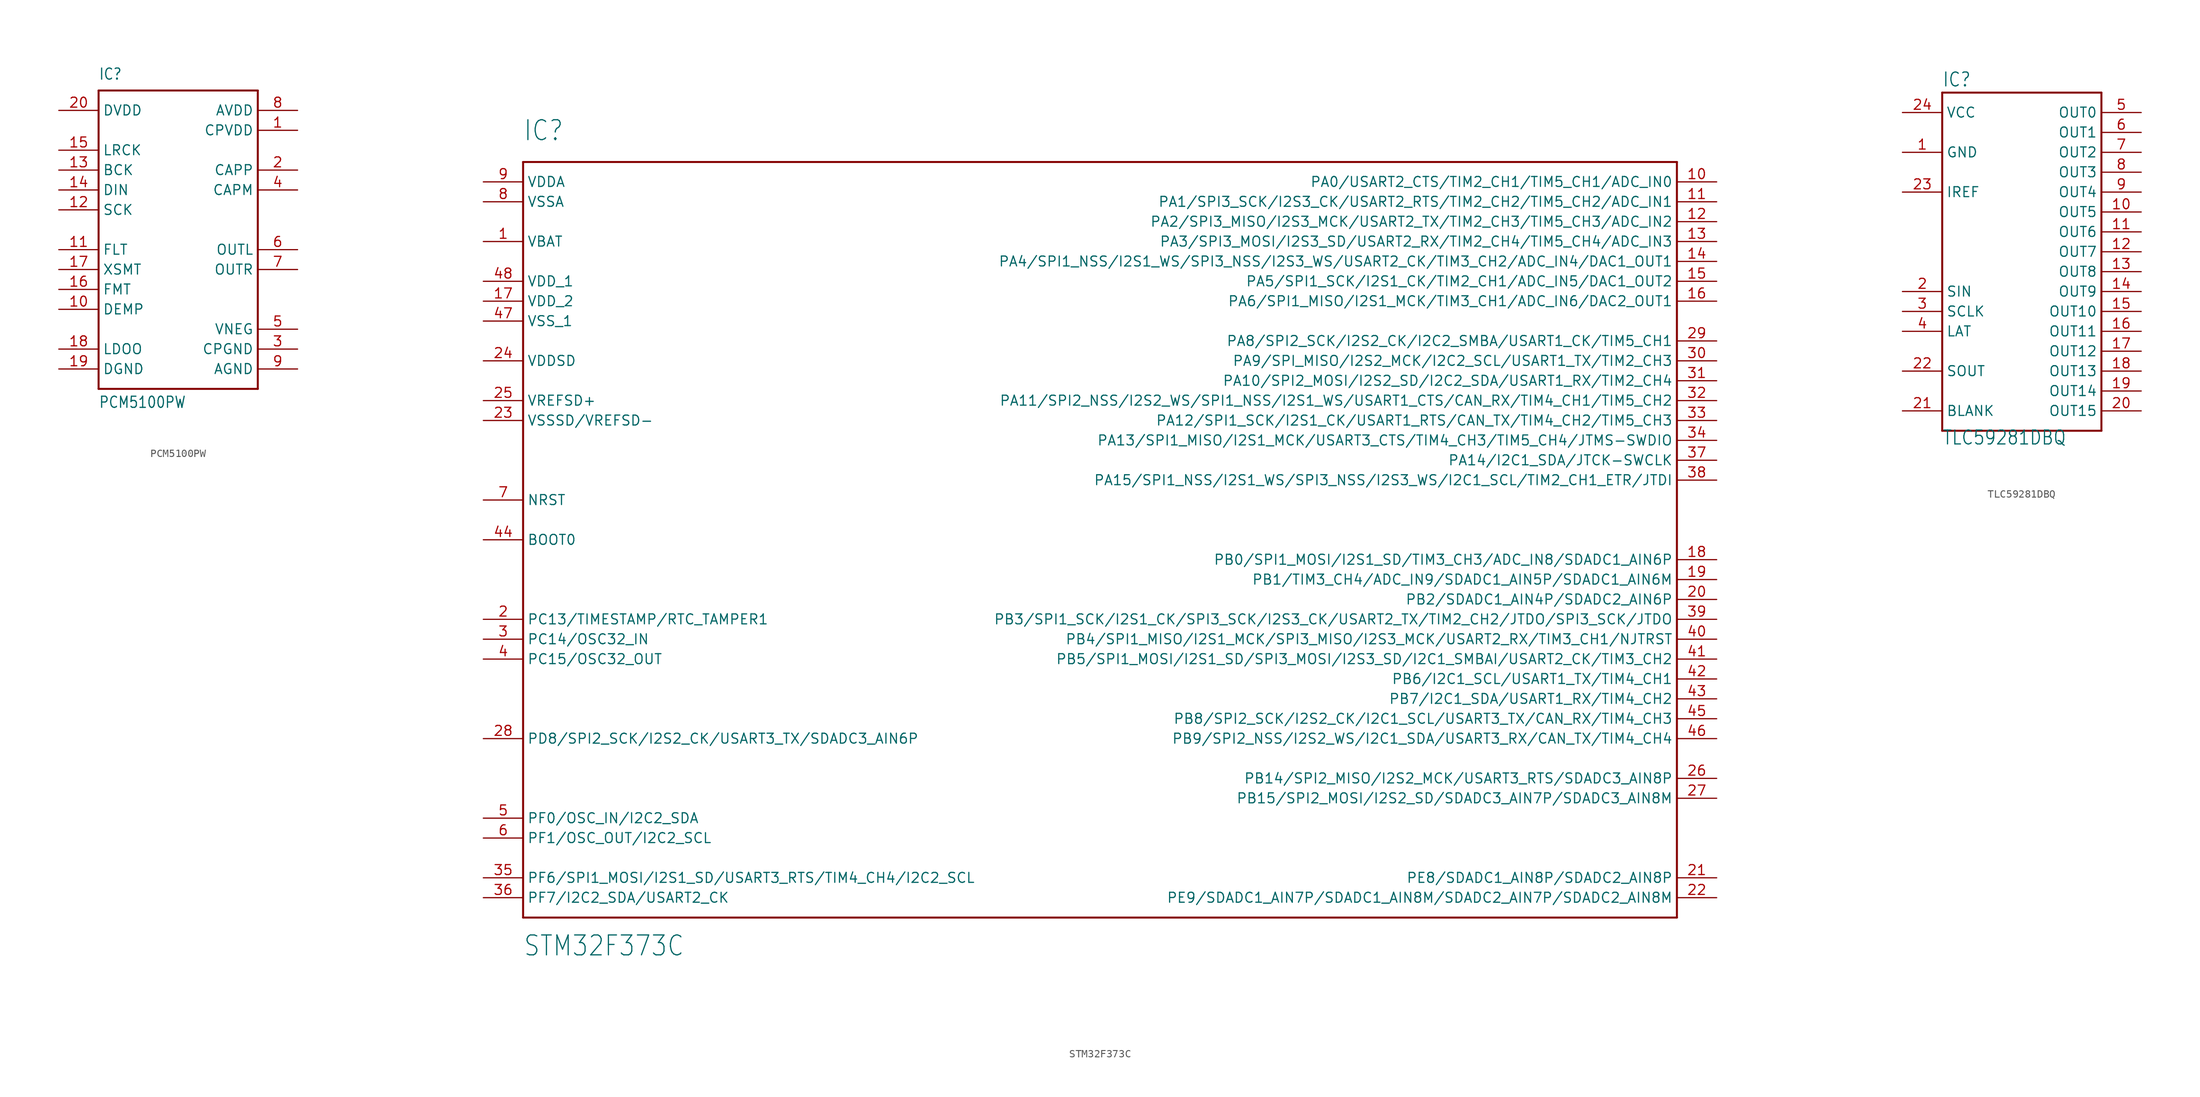
<source format=kicad_sym>
(kicad_symbol_lib
  (version 20211014)
  (generator kicad_symbol_editor)
  (symbol "PCM5100PW"
    (property "Reference" "IC"
      (at -10.16 21.59 0)
      (effects (font (size 1.422 1.209)) (justify left bottom)))
    (property "Value" "PCM5100PW"
      (at -10.16 -20.32 0)
      (effects (font (size 1.422 1.209)) (justify left bottom)))
    (property "ki_locked" ""
      (at 0 0 0)
      (effects (font (size 1.27 1.27))))
    (symbol "PCM5100PW_1_0"
      (polyline (pts (xy -10.16 -17.78) (xy -10.16 20.32)) (stroke (width 0.254) (type default) (color 0 0 0 0)) (fill (type none)))
      (polyline (pts (xy -10.16 20.32) (xy 10.16 20.32)) (stroke (width 0.254) (type default) (color 0 0 0 0)) (fill (type none)))
      (polyline (pts (xy 10.16 -17.78) (xy -10.16 -17.78)) (stroke (width 0.254) (type default) (color 0 0 0 0)) (fill (type none)))
      (polyline (pts (xy 10.16 20.32) (xy 10.16 -17.78)) (stroke (width 0.254) (type default) (color 0 0 0 0)) (fill (type none)))
      (pin bidirectional line (at 15.24 15.24 180) (length 5.08) (name "CPVDD" (effects (font (size 1.27 1.27)))) (number "1" (effects (font (size 1.27 1.27)))))
      (pin input line (at -15.24 -7.62 0) (length 5.08) (name "DEMP" (effects (font (size 1.27 1.27)))) (number "10" (effects (font (size 1.27 1.27)))))
      (pin input line (at -15.24 0 0) (length 5.08) (name "FLT" (effects (font (size 1.27 1.27)))) (number "11" (effects (font (size 1.27 1.27)))))
      (pin input line (at -15.24 5.08 0) (length 5.08) (name "SCK" (effects (font (size 1.27 1.27)))) (number "12" (effects (font (size 1.27 1.27)))))
      (pin input line (at -15.24 10.16 0) (length 5.08) (name "BCK" (effects (font (size 1.27 1.27)))) (number "13" (effects (font (size 1.27 1.27)))))
      (pin input line (at -15.24 7.62 0) (length 5.08) (name "DIN" (effects (font (size 1.27 1.27)))) (number "14" (effects (font (size 1.27 1.27)))))
      (pin input line (at -15.24 12.7 0) (length 5.08) (name "LRCK" (effects (font (size 1.27 1.27)))) (number "15" (effects (font (size 1.27 1.27)))))
      (pin input line (at -15.24 -5.08 0) (length 5.08) (name "FMT" (effects (font (size 1.27 1.27)))) (number "16" (effects (font (size 1.27 1.27)))))
      (pin input line (at -15.24 -2.54 0) (length 5.08) (name "XSMT" (effects (font (size 1.27 1.27)))) (number "17" (effects (font (size 1.27 1.27)))))
      (pin bidirectional line (at -15.24 -12.7 0) (length 5.08) (name "LDOO" (effects (font (size 1.27 1.27)))) (number "18" (effects (font (size 1.27 1.27)))))
      (pin power_in line (at -15.24 -15.24 0) (length 5.08) (name "DGND" (effects (font (size 1.27 1.27)))) (number "19" (effects (font (size 1.27 1.27)))))
      (pin bidirectional line (at 15.24 10.16 180) (length 5.08) (name "CAPP" (effects (font (size 1.27 1.27)))) (number "2" (effects (font (size 1.27 1.27)))))
      (pin power_in line (at -15.24 17.78 0) (length 5.08) (name "DVDD" (effects (font (size 1.27 1.27)))) (number "20" (effects (font (size 1.27 1.27)))))
      (pin bidirectional line (at 15.24 -12.7 180) (length 5.08) (name "CPGND" (effects (font (size 1.27 1.27)))) (number "3" (effects (font (size 1.27 1.27)))))
      (pin bidirectional line (at 15.24 7.62 180) (length 5.08) (name "CAPM" (effects (font (size 1.27 1.27)))) (number "4" (effects (font (size 1.27 1.27)))))
      (pin input line (at 15.24 -10.16 180) (length 5.08) (name "VNEG" (effects (font (size 1.27 1.27)))) (number "5" (effects (font (size 1.27 1.27)))))
      (pin output line (at 15.24 0 180) (length 5.08) (name "OUTL" (effects (font (size 1.27 1.27)))) (number "6" (effects (font (size 1.27 1.27)))))
      (pin output line (at 15.24 -2.54 180) (length 5.08) (name "OUTR" (effects (font (size 1.27 1.27)))) (number "7" (effects (font (size 1.27 1.27)))))
      (pin power_in line (at 15.24 17.78 180) (length 5.08) (name "AVDD" (effects (font (size 1.27 1.27)))) (number "8" (effects (font (size 1.27 1.27)))))
      (pin power_in line (at 15.24 -15.24 180) (length 5.08) (name "AGND" (effects (font (size 1.27 1.27)))) (number "9" (effects (font (size 1.27 1.27)))))))
  (symbol "STM32F373C"
    (property "Reference" "IC"
      (at -73.66 50.8 0)
      (effects (font (size 2.54 2.159)) (justify left bottom)))
    (property "Value" "STM32F373C"
      (at -73.66 -53.34 0)
      (effects (font (size 2.54 2.159)) (justify left bottom)))
    (property "ki_locked" ""
      (at 0 0 0)
      (effects (font (size 1.27 1.27))))
    (symbol "STM32F373C_1_0"
      (polyline (pts (xy -73.66 -48.26) (xy -73.66 48.26)) (stroke (width 0.254) (type default) (color 0 0 0 0)) (fill (type none)))
      (polyline (pts (xy -73.66 48.26) (xy 73.66 48.26)) (stroke (width 0.254) (type default) (color 0 0 0 0)) (fill (type none)))
      (polyline (pts (xy 73.66 -48.26) (xy -73.66 -48.26)) (stroke (width 0.254) (type default) (color 0 0 0 0)) (fill (type none)))
      (polyline (pts (xy 73.66 48.26) (xy 73.66 -48.26)) (stroke (width 0.254) (type default) (color 0 0 0 0)) (fill (type none)))
      (pin power_in line (at -78.74 38.1 0) (length 5.08) (name "VBAT" (effects (font (size 1.27 1.27)))) (number "1" (effects (font (size 1.27 1.27)))))
      (pin bidirectional line (at 78.74 45.72 180) (length 5.08) (name "PA0/USART2_CTS/TIM2_CH1/TIM5_CH1/ADC_IN0" (effects (font (size 1.27 1.27)))) (number "10" (effects (font (size 1.27 1.27)))))
      (pin bidirectional line (at 78.74 43.18 180) (length 5.08) (name "PA1/SPI3_SCK/I2S3_CK/USART2_RTS/TIM2_CH2/TIM5_CH2/ADC_IN1" (effects (font (size 1.27 1.27)))) (number "11" (effects (font (size 1.27 1.27)))))
      (pin bidirectional line (at 78.74 40.64 180) (length 5.08) (name "PA2/SPI3_MISO/I2S3_MCK/USART2_TX/TIM2_CH3/TIM5_CH3/ADC_IN2" (effects (font (size 1.27 1.27)))) (number "12" (effects (font (size 1.27 1.27)))))
      (pin bidirectional line (at 78.74 38.1 180) (length 5.08) (name "PA3/SPI3_MOSI/I2S3_SD/USART2_RX/TIM2_CH4/TIM5_CH4/ADC_IN3" (effects (font (size 1.27 1.27)))) (number "13" (effects (font (size 1.27 1.27)))))
      (pin bidirectional line (at 78.74 35.56 180) (length 5.08) (name "PA4/SPI1_NSS/I2S1_WS/SPI3_NSS/I2S3_WS/USART2_CK/TIM3_CH2/ADC_IN4/DAC1_OUT1" (effects (font (size 1.27 1.27)))) (number "14" (effects (font (size 1.27 1.27)))))
      (pin bidirectional line (at 78.74 33.02 180) (length 5.08) (name "PA5/SPI1_SCK/I2S1_CK/TIM2_CH1/ADC_IN5/DAC1_OUT2" (effects (font (size 1.27 1.27)))) (number "15" (effects (font (size 1.27 1.27)))))
      (pin bidirectional line (at 78.74 30.48 180) (length 5.08) (name "PA6/SPI1_MISO/I2S1_MCK/TIM3_CH1/ADC_IN6/DAC2_OUT1" (effects (font (size 1.27 1.27)))) (number "16" (effects (font (size 1.27 1.27)))))
      (pin power_in line (at -78.74 30.48 0) (length 5.08) (name "VDD_2" (effects (font (size 1.27 1.27)))) (number "17" (effects (font (size 1.27 1.27)))))
      (pin bidirectional line (at 78.74 -2.54 180) (length 5.08) (name "PB0/SPI1_MOSI/I2S1_SD/TIM3_CH3/ADC_IN8/SDADC1_AIN6P" (effects (font (size 1.27 1.27)))) (number "18" (effects (font (size 1.27 1.27)))))
      (pin bidirectional line (at 78.74 -5.08 180) (length 5.08) (name "PB1/TIM3_CH4/ADC_IN9/SDADC1_AIN5P/SDADC1_AIN6M" (effects (font (size 1.27 1.27)))) (number "19" (effects (font (size 1.27 1.27)))))
      (pin bidirectional line (at -78.74 -10.16 0) (length 5.08) (name "PC13/TIMESTAMP/RTC_TAMPER1" (effects (font (size 1.27 1.27)))) (number "2" (effects (font (size 1.27 1.27)))))
      (pin bidirectional line (at 78.74 -7.62 180) (length 5.08) (name "PB2/SDADC1_AIN4P/SDADC2_AIN6P" (effects (font (size 1.27 1.27)))) (number "20" (effects (font (size 1.27 1.27)))))
      (pin bidirectional line (at 78.74 -43.18 180) (length 5.08) (name "PE8/SDADC1_AIN8P/SDADC2_AIN8P" (effects (font (size 1.27 1.27)))) (number "21" (effects (font (size 1.27 1.27)))))
      (pin bidirectional line (at 78.74 -45.72 180) (length 5.08) (name "PE9/SDADC1_AIN7P/SDADC1_AIN8M/SDADC2_AIN7P/SDADC2_AIN8M" (effects (font (size 1.27 1.27)))) (number "22" (effects (font (size 1.27 1.27)))))
      (pin power_in line (at -78.74 15.24 0) (length 5.08) (name "VSSSD/VREFSD-" (effects (font (size 1.27 1.27)))) (number "23" (effects (font (size 1.27 1.27)))))
      (pin power_in line (at -78.74 22.86 0) (length 5.08) (name "VDDSD" (effects (font (size 1.27 1.27)))) (number "24" (effects (font (size 1.27 1.27)))))
      (pin power_in line (at -78.74 17.78 0) (length 5.08) (name "VREFSD+" (effects (font (size 1.27 1.27)))) (number "25" (effects (font (size 1.27 1.27)))))
      (pin bidirectional line (at 78.74 -30.48 180) (length 5.08) (name "PB14/SPI2_MISO/I2S2_MCK/USART3_RTS/SDADC3_AIN8P" (effects (font (size 1.27 1.27)))) (number "26" (effects (font (size 1.27 1.27)))))
      (pin bidirectional line (at 78.74 -33.02 180) (length 5.08) (name "PB15/SPI2_MOSI/I2S2_SD/SDADC3_AIN7P/SDADC3_AIN8M" (effects (font (size 1.27 1.27)))) (number "27" (effects (font (size 1.27 1.27)))))
      (pin bidirectional line (at -78.74 -25.4 0) (length 5.08) (name "PD8/SPI2_SCK/I2S2_CK/USART3_TX/SDADC3_AIN6P" (effects (font (size 1.27 1.27)))) (number "28" (effects (font (size 1.27 1.27)))))
      (pin bidirectional line (at 78.74 25.4 180) (length 5.08) (name "PA8/SPI2_SCK/I2S2_CK/I2C2_SMBA/USART1_CK/TIM5_CH1" (effects (font (size 1.27 1.27)))) (number "29" (effects (font (size 1.27 1.27)))))
      (pin bidirectional line (at -78.74 -12.7 0) (length 5.08) (name "PC14/OSC32_IN" (effects (font (size 1.27 1.27)))) (number "3" (effects (font (size 1.27 1.27)))))
      (pin bidirectional line (at 78.74 22.86 180) (length 5.08) (name "PA9/SPI_MISO/I2S2_MCK/I2C2_SCL/USART1_TX/TIM2_CH3" (effects (font (size 1.27 1.27)))) (number "30" (effects (font (size 1.27 1.27)))))
      (pin bidirectional line (at 78.74 20.32 180) (length 5.08) (name "PA10/SPI2_MOSI/I2S2_SD/I2C2_SDA/USART1_RX/TIM2_CH4" (effects (font (size 1.27 1.27)))) (number "31" (effects (font (size 1.27 1.27)))))
      (pin bidirectional line (at 78.74 17.78 180) (length 5.08) (name "PA11/SPI2_NSS/I2S2_WS/SPI1_NSS/I2S1_WS/USART1_CTS/CAN_RX/TIM4_CH1/TIM5_CH2" (effects (font (size 1.27 1.27)))) (number "32" (effects (font (size 1.27 1.27)))))
      (pin bidirectional line (at 78.74 15.24 180) (length 5.08) (name "PA12/SPI1_SCK/I2S1_CK/USART1_RTS/CAN_TX/TIM4_CH2/TIM5_CH3" (effects (font (size 1.27 1.27)))) (number "33" (effects (font (size 1.27 1.27)))))
      (pin bidirectional line (at 78.74 12.7 180) (length 5.08) (name "PA13/SPI1_MISO/I2S1_MCK/USART3_CTS/TIM4_CH3/TIM5_CH4/JTMS-SWDIO" (effects (font (size 1.27 1.27)))) (number "34" (effects (font (size 1.27 1.27)))))
      (pin bidirectional line (at -78.74 -43.18 0) (length 5.08) (name "PF6/SPI1_MOSI/I2S1_SD/USART3_RTS/TIM4_CH4/I2C2_SCL" (effects (font (size 1.27 1.27)))) (number "35" (effects (font (size 1.27 1.27)))))
      (pin bidirectional line (at -78.74 -45.72 0) (length 5.08) (name "PF7/I2C2_SDA/USART2_CK" (effects (font (size 1.27 1.27)))) (number "36" (effects (font (size 1.27 1.27)))))
      (pin bidirectional line (at 78.74 10.16 180) (length 5.08) (name "PA14/I2C1_SDA/JTCK-SWCLK" (effects (font (size 1.27 1.27)))) (number "37" (effects (font (size 1.27 1.27)))))
      (pin bidirectional line (at 78.74 7.62 180) (length 5.08) (name "PA15/SPI1_NSS/I2S1_WS/SPI3_NSS/I2S3_WS/I2C1_SCL/TIM2_CH1_ETR/JTDI" (effects (font (size 1.27 1.27)))) (number "38" (effects (font (size 1.27 1.27)))))
      (pin bidirectional line (at 78.74 -10.16 180) (length 5.08) (name "PB3/SPI1_SCK/I2S1_CK/SPI3_SCK/I2S3_CK/USART2_TX/TIM2_CH2/JTDO/SPI3_SCK/JTDO" (effects (font (size 1.27 1.27)))) (number "39" (effects (font (size 1.27 1.27)))))
      (pin bidirectional line (at -78.74 -15.24 0) (length 5.08) (name "PC15/OSC32_OUT" (effects (font (size 1.27 1.27)))) (number "4" (effects (font (size 1.27 1.27)))))
      (pin bidirectional line (at 78.74 -12.7 180) (length 5.08) (name "PB4/SPI1_MISO/I2S1_MCK/SPI3_MISO/I2S3_MCK/USART2_RX/TIM3_CH1/NJTRST" (effects (font (size 1.27 1.27)))) (number "40" (effects (font (size 1.27 1.27)))))
      (pin bidirectional line (at 78.74 -15.24 180) (length 5.08) (name "PB5/SPI1_MOSI/I2S1_SD/SPI3_MOSI/I2S3_SD/I2C1_SMBAI/USART2_CK/TIM3_CH2" (effects (font (size 1.27 1.27)))) (number "41" (effects (font (size 1.27 1.27)))))
      (pin bidirectional line (at 78.74 -17.78 180) (length 5.08) (name "PB6/I2C1_SCL/USART1_TX/TIM4_CH1" (effects (font (size 1.27 1.27)))) (number "42" (effects (font (size 1.27 1.27)))))
      (pin bidirectional line (at 78.74 -20.32 180) (length 5.08) (name "PB7/I2C1_SDA/USART1_RX/TIM4_CH2" (effects (font (size 1.27 1.27)))) (number "43" (effects (font (size 1.27 1.27)))))
      (pin bidirectional line (at -78.74 0 0) (length 5.08) (name "BOOT0" (effects (font (size 1.27 1.27)))) (number "44" (effects (font (size 1.27 1.27)))))
      (pin bidirectional line (at 78.74 -22.86 180) (length 5.08) (name "PB8/SPI2_SCK/I2S2_CK/I2C1_SCL/USART3_TX/CAN_RX/TIM4_CH3" (effects (font (size 1.27 1.27)))) (number "45" (effects (font (size 1.27 1.27)))))
      (pin bidirectional line (at 78.74 -25.4 180) (length 5.08) (name "PB9/SPI2_NSS/I2S2_WS/I2C1_SDA/USART3_RX/CAN_TX/TIM4_CH4" (effects (font (size 1.27 1.27)))) (number "46" (effects (font (size 1.27 1.27)))))
      (pin power_in line (at -78.74 27.94 0) (length 5.08) (name "VSS_1" (effects (font (size 1.27 1.27)))) (number "47" (effects (font (size 1.27 1.27)))))
      (pin power_in line (at -78.74 33.02 0) (length 5.08) (name "VDD_1" (effects (font (size 1.27 1.27)))) (number "48" (effects (font (size 1.27 1.27)))))
      (pin bidirectional line (at -78.74 -35.56 0) (length 5.08) (name "PF0/OSC_IN/I2C2_SDA" (effects (font (size 1.27 1.27)))) (number "5" (effects (font (size 1.27 1.27)))))
      (pin bidirectional line (at -78.74 -38.1 0) (length 5.08) (name "PF1/OSC_OUT/I2C2_SCL" (effects (font (size 1.27 1.27)))) (number "6" (effects (font (size 1.27 1.27)))))
      (pin bidirectional line (at -78.74 5.08 0) (length 5.08) (name "NRST" (effects (font (size 1.27 1.27)))) (number "7" (effects (font (size 1.27 1.27)))))
      (pin power_in line (at -78.74 43.18 0) (length 5.08) (name "VSSA" (effects (font (size 1.27 1.27)))) (number "8" (effects (font (size 1.27 1.27)))))
      (pin power_in line (at -78.74 45.72 0) (length 5.08) (name "VDDA" (effects (font (size 1.27 1.27)))) (number "9" (effects (font (size 1.27 1.27)))))))
  (symbol "TLC59281DBQ"
    (property "Reference" "IC"
      (at -10.16 23.495 0)
      (effects (font (size 1.778 1.511)) (justify left bottom)))
    (property "Value" "TLC59281DBQ"
      (at -10.16 -22.225 0)
      (effects (font (size 1.778 1.511)) (justify left bottom)))
    (property "ki_locked" ""
      (at 0 0 0)
      (effects (font (size 1.27 1.27))))
    (symbol "TLC59281DBQ_1_0"
      (polyline (pts (xy -10.16 -20.32) (xy -10.16 22.86)) (stroke (width 0.254) (type default) (color 0 0 0 0)) (fill (type none)))
      (polyline (pts (xy -10.16 22.86) (xy 10.16 22.86)) (stroke (width 0.254) (type default) (color 0 0 0 0)) (fill (type none)))
      (polyline (pts (xy 10.16 -20.32) (xy -10.16 -20.32)) (stroke (width 0.254) (type default) (color 0 0 0 0)) (fill (type none)))
      (polyline (pts (xy 10.16 22.86) (xy 10.16 -20.32)) (stroke (width 0.254) (type default) (color 0 0 0 0)) (fill (type none)))
      (pin bidirectional line (at -15.24 15.24 0) (length 5.08) (name "GND" (effects (font (size 1.27 1.27)))) (number "1" (effects (font (size 1.27 1.27)))))
      (pin bidirectional line (at 15.24 7.62 180) (length 5.08) (name "OUT5" (effects (font (size 1.27 1.27)))) (number "10" (effects (font (size 1.27 1.27)))))
      (pin bidirectional line (at 15.24 5.08 180) (length 5.08) (name "OUT6" (effects (font (size 1.27 1.27)))) (number "11" (effects (font (size 1.27 1.27)))))
      (pin bidirectional line (at 15.24 2.54 180) (length 5.08) (name "OUT7" (effects (font (size 1.27 1.27)))) (number "12" (effects (font (size 1.27 1.27)))))
      (pin bidirectional line (at 15.24 0 180) (length 5.08) (name "OUT8" (effects (font (size 1.27 1.27)))) (number "13" (effects (font (size 1.27 1.27)))))
      (pin bidirectional line (at 15.24 -2.54 180) (length 5.08) (name "OUT9" (effects (font (size 1.27 1.27)))) (number "14" (effects (font (size 1.27 1.27)))))
      (pin bidirectional line (at 15.24 -5.08 180) (length 5.08) (name "OUT10" (effects (font (size 1.27 1.27)))) (number "15" (effects (font (size 1.27 1.27)))))
      (pin bidirectional line (at 15.24 -7.62 180) (length 5.08) (name "OUT11" (effects (font (size 1.27 1.27)))) (number "16" (effects (font (size 1.27 1.27)))))
      (pin bidirectional line (at 15.24 -10.16 180) (length 5.08) (name "OUT12" (effects (font (size 1.27 1.27)))) (number "17" (effects (font (size 1.27 1.27)))))
      (pin bidirectional line (at 15.24 -12.7 180) (length 5.08) (name "OUT13" (effects (font (size 1.27 1.27)))) (number "18" (effects (font (size 1.27 1.27)))))
      (pin bidirectional line (at 15.24 -15.24 180) (length 5.08) (name "OUT14" (effects (font (size 1.27 1.27)))) (number "19" (effects (font (size 1.27 1.27)))))
      (pin bidirectional line (at -15.24 -2.54 0) (length 5.08) (name "SIN" (effects (font (size 1.27 1.27)))) (number "2" (effects (font (size 1.27 1.27)))))
      (pin bidirectional line (at 15.24 -17.78 180) (length 5.08) (name "OUT15" (effects (font (size 1.27 1.27)))) (number "20" (effects (font (size 1.27 1.27)))))
      (pin bidirectional line (at -15.24 -17.78 0) (length 5.08) (name "BLANK" (effects (font (size 1.27 1.27)))) (number "21" (effects (font (size 1.27 1.27)))))
      (pin bidirectional line (at -15.24 -12.7 0) (length 5.08) (name "SOUT" (effects (font (size 1.27 1.27)))) (number "22" (effects (font (size 1.27 1.27)))))
      (pin bidirectional line (at -15.24 10.16 0) (length 5.08) (name "IREF" (effects (font (size 1.27 1.27)))) (number "23" (effects (font (size 1.27 1.27)))))
      (pin bidirectional line (at -15.24 20.32 0) (length 5.08) (name "VCC" (effects (font (size 1.27 1.27)))) (number "24" (effects (font (size 1.27 1.27)))))
      (pin bidirectional line (at -15.24 -5.08 0) (length 5.08) (name "SCLK" (effects (font (size 1.27 1.27)))) (number "3" (effects (font (size 1.27 1.27)))))
      (pin bidirectional line (at -15.24 -7.62 0) (length 5.08) (name "LAT" (effects (font (size 1.27 1.27)))) (number "4" (effects (font (size 1.27 1.27)))))
      (pin bidirectional line (at 15.24 20.32 180) (length 5.08) (name "OUT0" (effects (font (size 1.27 1.27)))) (number "5" (effects (font (size 1.27 1.27)))))
      (pin bidirectional line (at 15.24 17.78 180) (length 5.08) (name "OUT1" (effects (font (size 1.27 1.27)))) (number "6" (effects (font (size 1.27 1.27)))))
      (pin bidirectional line (at 15.24 15.24 180) (length 5.08) (name "OUT2" (effects (font (size 1.27 1.27)))) (number "7" (effects (font (size 1.27 1.27)))))
      (pin bidirectional line (at 15.24 12.7 180) (length 5.08) (name "OUT3" (effects (font (size 1.27 1.27)))) (number "8" (effects (font (size 1.27 1.27)))))
      (pin bidirectional line (at 15.24 10.16 180) (length 5.08) (name "OUT4" (effects (font (size 1.27 1.27)))) (number "9" (effects (font (size 1.27 1.27))))))))
</source>
